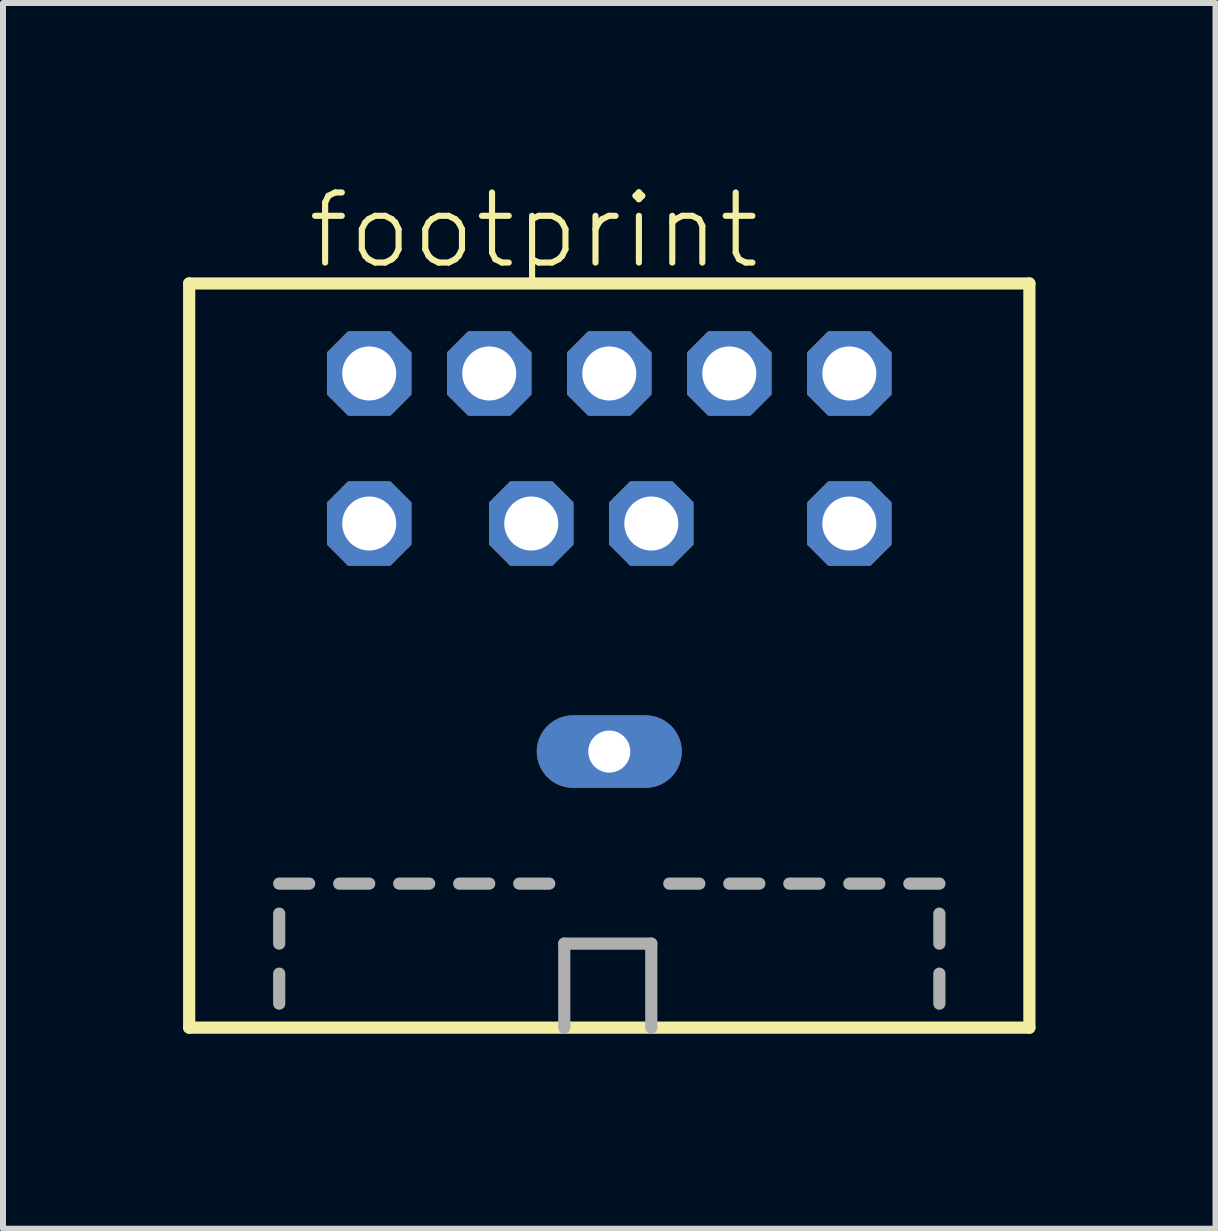
<source format=kicad_pcb>
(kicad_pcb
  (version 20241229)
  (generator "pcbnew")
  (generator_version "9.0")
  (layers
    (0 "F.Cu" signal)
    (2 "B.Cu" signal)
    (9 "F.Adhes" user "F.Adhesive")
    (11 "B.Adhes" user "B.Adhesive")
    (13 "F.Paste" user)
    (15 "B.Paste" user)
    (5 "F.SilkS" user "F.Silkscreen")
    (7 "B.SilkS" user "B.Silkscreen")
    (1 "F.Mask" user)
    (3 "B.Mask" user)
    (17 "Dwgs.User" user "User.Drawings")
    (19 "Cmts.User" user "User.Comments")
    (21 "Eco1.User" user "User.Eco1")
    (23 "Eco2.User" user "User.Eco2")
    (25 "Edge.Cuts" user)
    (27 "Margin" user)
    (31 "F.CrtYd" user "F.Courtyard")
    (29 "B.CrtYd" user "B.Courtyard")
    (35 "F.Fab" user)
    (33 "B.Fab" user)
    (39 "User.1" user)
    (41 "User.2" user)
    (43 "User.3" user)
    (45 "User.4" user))
  (footprint "footprint"
    (layer "F.Cu")
    (at 7.102 14.173)
    (property "Reference" "footprint" (at -5.08 -12.7 0) (layer "F.SilkS") (effects (font (size 1.168 1.168) (thickness 0.102)) (justify left bottom)))
    (fp_line (start -7 -12.5) (end -7 -0.1) (stroke (width 0.203) (type solid)) (layer "F.SilkS"))
    (fp_line (start -7 -0.1) (end 7 -0.1) (stroke (width 0.203) (type solid)) (layer "F.SilkS"))
    (fp_line (start 7 -12.5) (end -7 -12.5) (stroke (width 0.203) (type solid)) (layer "F.SilkS"))
    (fp_line (start 7 -0.1) (end 7 -12.5) (stroke (width 0.203) (type solid)) (layer "F.SilkS"))
    (fp_line (start -5.5 -2.5) (end -5 -2.5) (stroke (width 0.203) (type solid)) (layer "F.Fab"))
    (fp_line (start -5.5 -1.5) (end -5.5 -2) (stroke (width 0.203) (type solid)) (layer "F.Fab"))
    (fp_line (start -5.5 -0.5) (end -5.5 -1) (stroke (width 0.203) (type solid)) (layer "F.Fab"))
    (fp_line (start -4.5 -2.5) (end -4 -2.5) (stroke (width 0.203) (type solid)) (layer "F.Fab"))
    (fp_line (start -3.5 -2.5) (end -3 -2.5) (stroke (width 0.203) (type solid)) (layer "F.Fab"))
    (fp_line (start -2.5 -2.5) (end -2 -2.5) (stroke (width 0.203) (type solid)) (layer "F.Fab"))
    (fp_line (start -1.5 -2.5) (end -1 -2.5) (stroke (width 0.203) (type solid)) (layer "F.Fab"))
    (fp_line (start -0.75 -1.5) (end 0.7 -1.5) (stroke (width 0.203) (type solid)) (layer "F.Fab"))
    (fp_line (start -0.75 -0.1) (end -0.75 -1.5) (stroke (width 0.203) (type solid)) (layer "F.Fab"))
    (fp_line (start 0.7 -1.5) (end 0.7 -0.1) (stroke (width 0.203) (type solid)) (layer "F.Fab"))
    (fp_line (start 1 -2.5) (end 1.5 -2.5) (stroke (width 0.203) (type solid)) (layer "F.Fab"))
    (fp_line (start 2 -2.5) (end 2.5 -2.5) (stroke (width 0.203) (type solid)) (layer "F.Fab"))
    (fp_line (start 3 -2.5) (end 3.5 -2.5) (stroke (width 0.203) (type solid)) (layer "F.Fab"))
    (fp_line (start 4 -2.5) (end 4.5 -2.5) (stroke (width 0.203) (type solid)) (layer "F.Fab"))
    (fp_line (start 5 -2.5) (end 5.5 -2.5) (stroke (width 0.203) (type solid)) (layer "F.Fab"))
    (fp_line (start 5.5 -1.5) (end 5.5 -2) (stroke (width 0.203) (type solid)) (layer "F.Fab"))
    (fp_line (start 5.5 -0.5) (end 5.5 -1) (stroke (width 0.203) (type solid)) (layer "F.Fab"))
    (pad "1" thru_hole roundrect (at 0.7 -8.5) (size 1.408 1.408) (drill 0.9) (layers "*.Cu" "*.Mask") (roundrect_rratio 0.25) (chamfer_ratio 0.25) (chamfer top_left top_right bottom_left bottom_right))
    (pad "2" thru_hole roundrect (at -1.3 -8.5) (size 1.408 1.408) (drill 0.9) (layers "*.Cu" "*.Mask") (roundrect_rratio 0.25) (chamfer_ratio 0.25) (chamfer top_left top_right bottom_left bottom_right))
    (pad "3" thru_hole roundrect (at 4 -8.5) (size 1.408 1.408) (drill 0.9) (layers "*.Cu" "*.Mask") (roundrect_rratio 0.25) (chamfer_ratio 0.25) (chamfer top_left top_right bottom_left bottom_right))
    (pad "4" thru_hole roundrect (at 2 -11) (size 1.408 1.408) (drill 0.9) (layers "*.Cu" "*.Mask") (roundrect_rratio 0.25) (chamfer_ratio 0.25) (chamfer top_left top_right bottom_left bottom_right))
    (pad "5" thru_hole roundrect (at 0 -11) (size 1.408 1.408) (drill 0.9) (layers "*.Cu" "*.Mask") (roundrect_rratio 0.25) (chamfer_ratio 0.25) (chamfer top_left top_right bottom_left bottom_right))
    (pad "6" thru_hole roundrect (at -4 -8.5) (size 1.408 1.408) (drill 0.9) (layers "*.Cu" "*.Mask") (roundrect_rratio 0.25) (chamfer_ratio 0.25) (chamfer top_left top_right bottom_left bottom_right))
    (pad "7" thru_hole roundrect (at 4 -11) (size 1.408 1.408) (drill 0.9) (layers "*.Cu" "*.Mask") (roundrect_rratio 0.25) (chamfer_ratio 0.25) (chamfer top_left top_right bottom_left bottom_right))
    (pad "8" thru_hole roundrect (at -2 -11) (size 1.408 1.408) (drill 0.9) (layers "*.Cu" "*.Mask") (roundrect_rratio 0.25) (chamfer_ratio 0.25) (chamfer top_left top_right bottom_left bottom_right))
    (pad "9" thru_hole roundrect (at -4 -11) (size 1.408 1.408) (drill 0.9) (layers "*.Cu" "*.Mask") (roundrect_rratio 0.25) (chamfer_ratio 0.25) (chamfer top_left top_right bottom_left bottom_right))
    (pad "M" thru_hole oval (at 0 -4.7) (size 2.416 1.208) (drill 0.7) (layers "*.Cu" "*.Mask")))
  (gr_rect
    (start -3 -3)
    (end 17.203 17.423)
    (stroke (width 0.1) (type default))
    (fill no)
    (layer "Edge.Cuts")))
</source>
